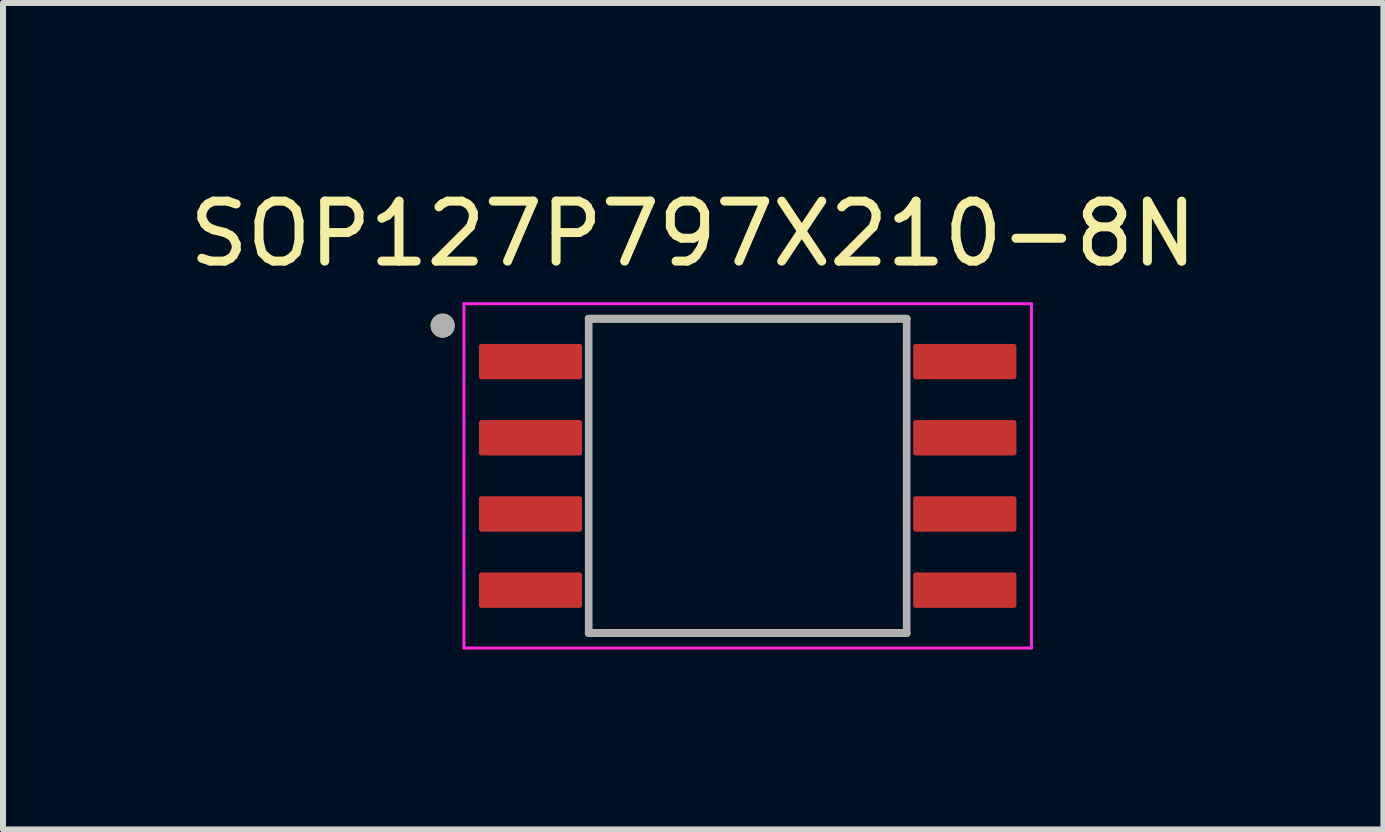
<source format=kicad_pcb>
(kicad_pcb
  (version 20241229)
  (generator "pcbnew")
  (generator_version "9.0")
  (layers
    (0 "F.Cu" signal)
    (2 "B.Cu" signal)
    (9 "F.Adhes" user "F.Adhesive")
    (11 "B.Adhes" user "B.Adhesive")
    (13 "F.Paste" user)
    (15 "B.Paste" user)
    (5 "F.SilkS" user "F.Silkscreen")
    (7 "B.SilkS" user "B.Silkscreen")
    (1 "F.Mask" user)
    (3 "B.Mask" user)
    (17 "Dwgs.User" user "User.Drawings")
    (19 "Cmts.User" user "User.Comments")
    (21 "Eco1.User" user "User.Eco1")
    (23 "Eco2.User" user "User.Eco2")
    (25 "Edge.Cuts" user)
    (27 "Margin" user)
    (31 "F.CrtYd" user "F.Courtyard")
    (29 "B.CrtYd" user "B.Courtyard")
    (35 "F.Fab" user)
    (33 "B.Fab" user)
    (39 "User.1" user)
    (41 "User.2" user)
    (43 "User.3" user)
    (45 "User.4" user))
  (footprint "SOP127P797X210-8N"
    (layer "F.Cu")
    (at 9.414 4.883)
    (property "Reference" "SOP127P797X210-8N" (at -0.908 -4.035 0) (layer "F.SilkS") (effects (font (size 1 1) (thickness 0.15))))
    (attr smd)
    (fp_line (start -2.65 -2.62) (end 2.65 -2.62) (stroke (width 0.127) (type solid)) (layer "F.SilkS"))
    (fp_line (start -2.65 2.62) (end 2.65 2.62) (stroke (width 0.127) (type solid)) (layer "F.SilkS"))
    (fp_circle (center -5.085 -2.505) (end -4.985 -2.505) (stroke (width 0.2) (type solid)) (fill no) (layer "F.SilkS"))
    (fp_line (start -4.73 -2.87) (end -4.73 2.87) (stroke (width 0.05) (type solid)) (layer "F.CrtYd"))
    (fp_line (start -4.73 -2.87) (end 4.73 -2.87) (stroke (width 0.05) (type solid)) (layer "F.CrtYd"))
    (fp_line (start -4.73 2.87) (end 4.73 2.87) (stroke (width 0.05) (type solid)) (layer "F.CrtYd"))
    (fp_line (start 4.73 -2.87) (end 4.73 2.87) (stroke (width 0.05) (type solid)) (layer "F.CrtYd"))
    (fp_line (start -2.65 -2.62) (end -2.65 2.62) (stroke (width 0.127) (type solid)) (layer "F.Fab"))
    (fp_line (start -2.65 -2.62) (end 2.65 -2.62) (stroke (width 0.127) (type solid)) (layer "F.Fab"))
    (fp_line (start -2.65 2.62) (end 2.65 2.62) (stroke (width 0.127) (type solid)) (layer "F.Fab"))
    (fp_line (start 2.65 -2.62) (end 2.65 2.62) (stroke (width 0.127) (type solid)) (layer "F.Fab"))
    (fp_circle (center -5.085 -2.505) (end -4.985 -2.505) (stroke (width 0.2) (type solid)) (fill no) (layer "F.Fab"))
    (pad "1" smd roundrect (at -3.62 -1.905) (size 1.72 0.59) (layers "F.Cu" "F.Mask" "F.Paste") (roundrect_rratio 0.07))
    (pad "2" smd roundrect (at -3.62 -0.635) (size 1.72 0.59) (layers "F.Cu" "F.Mask" "F.Paste") (roundrect_rratio 0.07))
    (pad "3" smd roundrect (at -3.62 0.635) (size 1.72 0.59) (layers "F.Cu" "F.Mask" "F.Paste") (roundrect_rratio 0.07))
    (pad "4" smd roundrect (at -3.62 1.905) (size 1.72 0.59) (layers "F.Cu" "F.Mask" "F.Paste") (roundrect_rratio 0.07))
    (pad "5" smd roundrect (at 3.62 1.905) (size 1.72 0.59) (layers "F.Cu" "F.Mask" "F.Paste") (roundrect_rratio 0.07))
    (pad "6" smd roundrect (at 3.62 0.635) (size 1.72 0.59) (layers "F.Cu" "F.Mask" "F.Paste") (roundrect_rratio 0.07))
    (pad "7" smd roundrect (at 3.62 -0.635) (size 1.72 0.59) (layers "F.Cu" "F.Mask" "F.Paste") (roundrect_rratio 0.07))
    (pad "8" smd roundrect (at 3.62 -1.905) (size 1.72 0.59) (layers "F.Cu" "F.Mask" "F.Paste") (roundrect_rratio 0.07)))
  (gr_rect
    (start -3 -3)
    (end 20.012 10.778)
    (stroke (width 0.1) (type default))
    (fill no)
    (layer "Edge.Cuts")))
</source>
